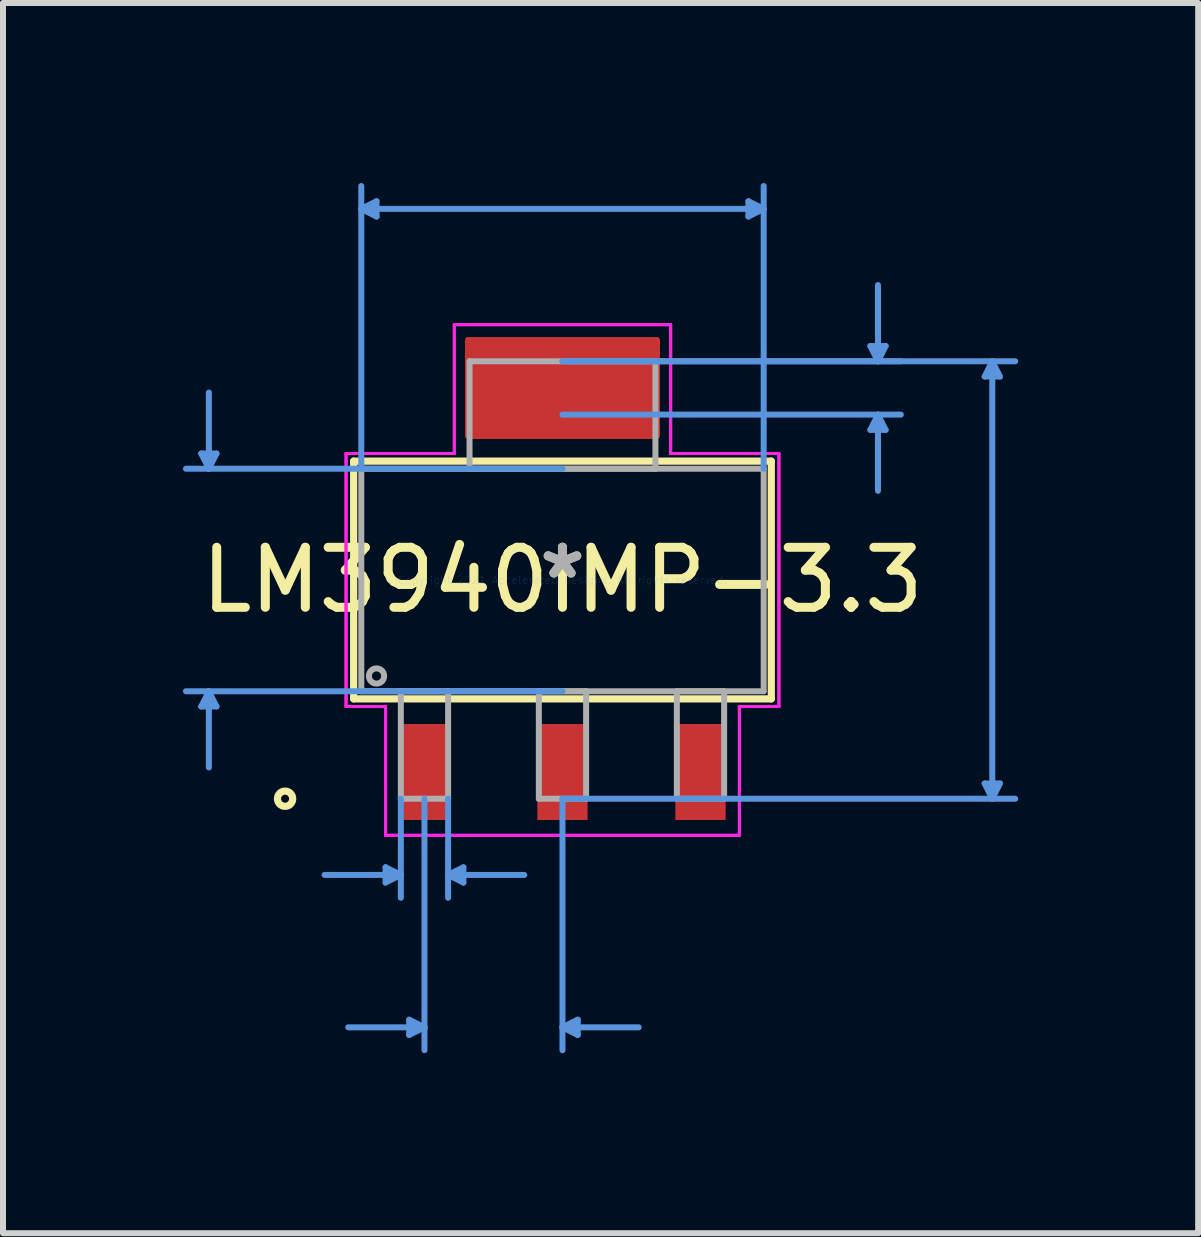
<source format=kicad_pcb>
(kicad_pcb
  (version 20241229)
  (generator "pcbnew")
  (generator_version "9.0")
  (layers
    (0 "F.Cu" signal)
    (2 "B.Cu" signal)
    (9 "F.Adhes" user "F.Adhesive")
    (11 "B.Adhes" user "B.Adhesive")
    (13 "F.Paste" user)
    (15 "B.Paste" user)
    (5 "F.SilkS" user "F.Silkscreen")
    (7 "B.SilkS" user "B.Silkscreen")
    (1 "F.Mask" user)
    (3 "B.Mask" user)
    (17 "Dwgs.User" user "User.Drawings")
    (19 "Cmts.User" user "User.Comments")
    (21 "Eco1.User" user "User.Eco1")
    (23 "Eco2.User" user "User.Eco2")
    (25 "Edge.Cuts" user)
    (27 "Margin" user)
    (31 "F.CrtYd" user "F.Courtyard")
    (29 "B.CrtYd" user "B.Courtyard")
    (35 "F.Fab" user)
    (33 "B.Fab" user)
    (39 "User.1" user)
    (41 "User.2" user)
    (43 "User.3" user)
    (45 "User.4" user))
  (footprint "LM3940IMP-3.3"
    (layer "F.Cu")
    (at 6.324 6.616)
    (property "Reference" "LM3940IMP-3.3" (at 0 0 0) (layer "F.SilkS") (effects (font (size 1 1) (thickness 0.15))))
    (attr through_hole)
    (fp_poly (pts (xy 1.575 -4) (xy -1.575 -4) (xy -1.575 -2.4) (xy 1.575 -2.4)) (stroke (width 0.1) (type solid)) (fill yes) (layer "F.Cu"))
    (fp_poly (pts (xy 1.6 -4.356) (xy -1.6 -4.356) (xy -1.6 -2.045) (xy 1.6 -2.045)) (stroke (width 0.1) (type solid)) (fill yes) (layer "F.Mask"))
    (fp_line (start -3.48 -1.981) (end -3.48 1.981) (stroke (width 0.12) (type solid)) (layer "F.SilkS"))
    (fp_line (start -3.48 1.981) (end 3.48 1.981) (stroke (width 0.12) (type solid)) (layer "F.SilkS"))
    (fp_line (start 3.48 -1.981) (end -3.48 -1.981) (stroke (width 0.12) (type solid)) (layer "F.SilkS"))
    (fp_line (start 3.48 1.981) (end 3.48 -1.981) (stroke (width 0.12) (type solid)) (layer "F.SilkS"))
    (fp_circle (center -4.623 3.645) (end -4.496 3.645) (stroke (width 0.12) (type solid)) (fill no) (layer "F.SilkS"))
    (fp_poly (pts (xy 1.575 -4) (xy -1.575 -4) (xy -1.575 -2.4) (xy 1.575 -2.4)) (stroke (width 0.1) (type solid)) (fill yes) (layer "F.Paste"))
    (fp_line (start -6.02 -2.108) (end -5.766 -2.108) (stroke (width 0.1) (type solid)) (layer "Cmts.User"))
    (fp_line (start -6.02 2.108) (end -5.766 2.108) (stroke (width 0.1) (type solid)) (layer "Cmts.User"))
    (fp_line (start -5.893 -1.854) (end -6.02 -2.108) (stroke (width 0.1) (type solid)) (layer "Cmts.User"))
    (fp_line (start -5.893 -1.854) (end -5.893 -3.124) (stroke (width 0.1) (type solid)) (layer "Cmts.User"))
    (fp_line (start -5.893 -1.854) (end -5.766 -2.108) (stroke (width 0.1) (type solid)) (layer "Cmts.User"))
    (fp_line (start -5.893 1.854) (end -6.02 2.108) (stroke (width 0.1) (type solid)) (layer "Cmts.User"))
    (fp_line (start -5.893 1.854) (end -5.893 3.124) (stroke (width 0.1) (type solid)) (layer "Cmts.User"))
    (fp_line (start -5.893 1.854) (end -5.766 2.108) (stroke (width 0.1) (type solid)) (layer "Cmts.User"))
    (fp_line (start -3.353 -6.185) (end -3.099 -6.312) (stroke (width 0.1) (type solid)) (layer "Cmts.User"))
    (fp_line (start -3.353 -6.185) (end -3.099 -6.058) (stroke (width 0.1) (type solid)) (layer "Cmts.User"))
    (fp_line (start -3.353 -6.185) (end 3.353 -6.185) (stroke (width 0.1) (type solid)) (layer "Cmts.User"))
    (fp_line (start -3.353 -1.854) (end -3.353 -6.566) (stroke (width 0.1) (type solid)) (layer "Cmts.User"))
    (fp_line (start -3.099 -6.312) (end -3.099 -6.058) (stroke (width 0.1) (type solid)) (layer "Cmts.User"))
    (fp_line (start -2.948 4.788) (end -2.948 5.042) (stroke (width 0.1) (type solid)) (layer "Cmts.User"))
    (fp_line (start -2.694 3.645) (end -2.694 5.296) (stroke (width 0.1) (type solid)) (layer "Cmts.User"))
    (fp_line (start -2.694 4.915) (end -3.964 4.915) (stroke (width 0.1) (type solid)) (layer "Cmts.User"))
    (fp_line (start -2.694 4.915) (end -2.948 4.788) (stroke (width 0.1) (type solid)) (layer "Cmts.User"))
    (fp_line (start -2.694 4.915) (end -2.948 5.042) (stroke (width 0.1) (type solid)) (layer "Cmts.User"))
    (fp_line (start -2.554 7.328) (end -2.554 7.582) (stroke (width 0.1) (type solid)) (layer "Cmts.User"))
    (fp_line (start -2.3 3.645) (end -2.3 7.836) (stroke (width 0.1) (type solid)) (layer "Cmts.User"))
    (fp_line (start -2.3 7.455) (end -3.57 7.455) (stroke (width 0.1) (type solid)) (layer "Cmts.User"))
    (fp_line (start -2.3 7.455) (end -2.554 7.328) (stroke (width 0.1) (type solid)) (layer "Cmts.User"))
    (fp_line (start -2.3 7.455) (end -2.554 7.582) (stroke (width 0.1) (type solid)) (layer "Cmts.User"))
    (fp_line (start -1.906 3.645) (end -1.906 5.296) (stroke (width 0.1) (type solid)) (layer "Cmts.User"))
    (fp_line (start -1.906 4.915) (end -1.652 4.788) (stroke (width 0.1) (type solid)) (layer "Cmts.User"))
    (fp_line (start -1.906 4.915) (end -1.652 5.042) (stroke (width 0.1) (type solid)) (layer "Cmts.User"))
    (fp_line (start -1.906 4.915) (end -0.636 4.915) (stroke (width 0.1) (type solid)) (layer "Cmts.User"))
    (fp_line (start -1.652 4.788) (end -1.652 5.042) (stroke (width 0.1) (type solid)) (layer "Cmts.User"))
    (fp_line (start 0 -3.645) (end 5.639 -3.645) (stroke (width 0.1) (type solid)) (layer "Cmts.User"))
    (fp_line (start 0 -3.645) (end 7.544 -3.645) (stroke (width 0.1) (type solid)) (layer "Cmts.User"))
    (fp_line (start 0 -2.756) (end 5.639 -2.756) (stroke (width 0.1) (type solid)) (layer "Cmts.User"))
    (fp_line (start 0 -1.854) (end -6.274 -1.854) (stroke (width 0.1) (type solid)) (layer "Cmts.User"))
    (fp_line (start 0 1.854) (end -6.274 1.854) (stroke (width 0.1) (type solid)) (layer "Cmts.User"))
    (fp_line (start 0 3.645) (end 0 7.836) (stroke (width 0.1) (type solid)) (layer "Cmts.User"))
    (fp_line (start 0 3.645) (end 7.544 3.645) (stroke (width 0.1) (type solid)) (layer "Cmts.User"))
    (fp_line (start 0 7.455) (end 0.254 7.328) (stroke (width 0.1) (type solid)) (layer "Cmts.User"))
    (fp_line (start 0 7.455) (end 0.254 7.582) (stroke (width 0.1) (type solid)) (layer "Cmts.User"))
    (fp_line (start 0 7.455) (end 1.27 7.455) (stroke (width 0.1) (type solid)) (layer "Cmts.User"))
    (fp_line (start 0.254 7.328) (end 0.254 7.582) (stroke (width 0.1) (type solid)) (layer "Cmts.User"))
    (fp_line (start 3.099 -6.312) (end 3.099 -6.058) (stroke (width 0.1) (type solid)) (layer "Cmts.User"))
    (fp_line (start 3.353 -6.185) (end 3.099 -6.312) (stroke (width 0.1) (type solid)) (layer "Cmts.User"))
    (fp_line (start 3.353 -6.185) (end 3.099 -6.058) (stroke (width 0.1) (type solid)) (layer "Cmts.User"))
    (fp_line (start 3.353 -1.854) (end 3.353 -6.566) (stroke (width 0.1) (type solid)) (layer "Cmts.User"))
    (fp_line (start 5.131 -3.899) (end 5.385 -3.899) (stroke (width 0.1) (type solid)) (layer "Cmts.User"))
    (fp_line (start 5.131 -2.502) (end 5.385 -2.502) (stroke (width 0.1) (type solid)) (layer "Cmts.User"))
    (fp_line (start 5.258 -3.645) (end 5.131 -3.899) (stroke (width 0.1) (type solid)) (layer "Cmts.User"))
    (fp_line (start 5.258 -3.645) (end 5.258 -4.915) (stroke (width 0.1) (type solid)) (layer "Cmts.User"))
    (fp_line (start 5.258 -3.645) (end 5.385 -3.899) (stroke (width 0.1) (type solid)) (layer "Cmts.User"))
    (fp_line (start 5.258 -2.756) (end 5.131 -2.502) (stroke (width 0.1) (type solid)) (layer "Cmts.User"))
    (fp_line (start 5.258 -2.756) (end 5.258 -1.486) (stroke (width 0.1) (type solid)) (layer "Cmts.User"))
    (fp_line (start 5.258 -2.756) (end 5.385 -2.502) (stroke (width 0.1) (type solid)) (layer "Cmts.User"))
    (fp_line (start 7.036 -3.391) (end 7.29 -3.391) (stroke (width 0.1) (type solid)) (layer "Cmts.User"))
    (fp_line (start 7.036 3.391) (end 7.29 3.391) (stroke (width 0.1) (type solid)) (layer "Cmts.User"))
    (fp_line (start 7.163 -3.645) (end 7.036 -3.391) (stroke (width 0.1) (type solid)) (layer "Cmts.User"))
    (fp_line (start 7.163 -3.645) (end 7.163 3.645) (stroke (width 0.1) (type solid)) (layer "Cmts.User"))
    (fp_line (start 7.163 -3.645) (end 7.29 -3.391) (stroke (width 0.1) (type solid)) (layer "Cmts.User"))
    (fp_line (start 7.163 3.645) (end 7.036 3.391) (stroke (width 0.1) (type solid)) (layer "Cmts.User"))
    (fp_line (start 7.163 3.645) (end 7.29 3.391) (stroke (width 0.1) (type solid)) (layer "Cmts.User"))
    (fp_line (start -3.607 -2.108) (end -1.803 -2.108) (stroke (width 0.05) (type solid)) (layer "F.CrtYd"))
    (fp_line (start -3.607 -2.108) (end -1.803 -2.108) (stroke (width 0.05) (type solid)) (layer "F.CrtYd"))
    (fp_line (start -3.607 2.108) (end -3.607 -2.108) (stroke (width 0.05) (type solid)) (layer "F.CrtYd"))
    (fp_line (start -3.607 2.108) (end -3.607 -2.108) (stroke (width 0.05) (type solid)) (layer "F.CrtYd"))
    (fp_line (start -2.948 2.108) (end -3.607 2.108) (stroke (width 0.05) (type solid)) (layer "F.CrtYd"))
    (fp_line (start -2.948 2.108) (end -3.607 2.108) (stroke (width 0.05) (type solid)) (layer "F.CrtYd"))
    (fp_line (start -2.948 4.255) (end -2.948 2.108) (stroke (width 0.05) (type solid)) (layer "F.CrtYd"))
    (fp_line (start -2.948 4.255) (end -2.948 2.108) (stroke (width 0.05) (type solid)) (layer "F.CrtYd"))
    (fp_line (start -1.803 -4.255) (end 1.803 -4.255) (stroke (width 0.05) (type solid)) (layer "F.CrtYd"))
    (fp_line (start -1.803 -4.255) (end 1.803 -4.255) (stroke (width 0.05) (type solid)) (layer "F.CrtYd"))
    (fp_line (start -1.803 -2.108) (end -1.803 -4.255) (stroke (width 0.05) (type solid)) (layer "F.CrtYd"))
    (fp_line (start -1.803 -2.108) (end -1.803 -4.255) (stroke (width 0.05) (type solid)) (layer "F.CrtYd"))
    (fp_line (start 1.803 -4.255) (end 1.803 -2.108) (stroke (width 0.05) (type solid)) (layer "F.CrtYd"))
    (fp_line (start 1.803 -4.255) (end 1.803 -2.108) (stroke (width 0.05) (type solid)) (layer "F.CrtYd"))
    (fp_line (start 1.803 -2.108) (end 3.607 -2.108) (stroke (width 0.05) (type solid)) (layer "F.CrtYd"))
    (fp_line (start 1.803 -2.108) (end 3.607 -2.108) (stroke (width 0.05) (type solid)) (layer "F.CrtYd"))
    (fp_line (start 2.948 2.108) (end 2.948 4.255) (stroke (width 0.05) (type solid)) (layer "F.CrtYd"))
    (fp_line (start 2.948 2.108) (end 2.948 4.255) (stroke (width 0.05) (type solid)) (layer "F.CrtYd"))
    (fp_line (start 2.948 4.255) (end -2.948 4.255) (stroke (width 0.05) (type solid)) (layer "F.CrtYd"))
    (fp_line (start 2.948 4.255) (end -2.948 4.255) (stroke (width 0.05) (type solid)) (layer "F.CrtYd"))
    (fp_line (start 3.607 -2.108) (end 3.607 2.108) (stroke (width 0.05) (type solid)) (layer "F.CrtYd"))
    (fp_line (start 3.607 -2.108) (end 3.607 2.108) (stroke (width 0.05) (type solid)) (layer "F.CrtYd"))
    (fp_line (start 3.607 2.108) (end 2.948 2.108) (stroke (width 0.05) (type solid)) (layer "F.CrtYd"))
    (fp_line (start 3.607 2.108) (end 2.948 2.108) (stroke (width 0.05) (type solid)) (layer "F.CrtYd"))
    (fp_line (start -3.353 -1.854) (end -3.353 1.854) (stroke (width 0.1) (type solid)) (layer "F.Fab"))
    (fp_line (start -3.353 1.854) (end 3.353 1.854) (stroke (width 0.1) (type solid)) (layer "F.Fab"))
    (fp_line (start -2.694 1.854) (end -2.694 3.645) (stroke (width 0.1) (type solid)) (layer "F.Fab"))
    (fp_line (start -2.694 3.645) (end -1.906 3.645) (stroke (width 0.1) (type solid)) (layer "F.Fab"))
    (fp_line (start -1.906 1.854) (end -2.694 1.854) (stroke (width 0.1) (type solid)) (layer "F.Fab"))
    (fp_line (start -1.906 3.645) (end -1.906 1.854) (stroke (width 0.1) (type solid)) (layer "F.Fab"))
    (fp_line (start -1.549 -3.645) (end -1.549 -1.854) (stroke (width 0.1) (type solid)) (layer "F.Fab"))
    (fp_line (start -1.549 -1.854) (end 1.549 -1.854) (stroke (width 0.1) (type solid)) (layer "F.Fab"))
    (fp_line (start -0.394 1.854) (end -0.394 3.645) (stroke (width 0.1) (type solid)) (layer "F.Fab"))
    (fp_line (start -0.394 3.645) (end 0.394 3.645) (stroke (width 0.1) (type solid)) (layer "F.Fab"))
    (fp_line (start 0.394 1.854) (end -0.394 1.854) (stroke (width 0.1) (type solid)) (layer "F.Fab"))
    (fp_line (start 0.394 3.645) (end 0.394 1.854) (stroke (width 0.1) (type solid)) (layer "F.Fab"))
    (fp_line (start 1.549 -3.645) (end -1.549 -3.645) (stroke (width 0.1) (type solid)) (layer "F.Fab"))
    (fp_line (start 1.549 -1.854) (end 1.549 -3.645) (stroke (width 0.1) (type solid)) (layer "F.Fab"))
    (fp_line (start 1.906 1.854) (end 1.906 3.645) (stroke (width 0.1) (type solid)) (layer "F.Fab"))
    (fp_line (start 1.906 3.645) (end 2.694 3.645) (stroke (width 0.1) (type solid)) (layer "F.Fab"))
    (fp_line (start 2.694 1.854) (end 1.906 1.854) (stroke (width 0.1) (type solid)) (layer "F.Fab"))
    (fp_line (start 2.694 3.645) (end 2.694 1.854) (stroke (width 0.1) (type solid)) (layer "F.Fab"))
    (fp_line (start 3.353 -1.854) (end -3.353 -1.854) (stroke (width 0.1) (type solid)) (layer "F.Fab"))
    (fp_line (start 3.353 1.854) (end 3.353 -1.854) (stroke (width 0.1) (type solid)) (layer "F.Fab"))
    (fp_circle (center -3.099 1.6) (end -2.972 1.6) (stroke (width 0.1) (type solid)) (fill no) (layer "F.Fab"))
    (fp_text user "*" (at 0 0 0) (layer "F.SilkS") (effects (font (size 1 1) (thickness 0.15))))
    (fp_text user "Copyright 2021 Accelerated Designs. All rights reserved." (at 0 0 0) (layer "Cmts.User") (effects (font (size 0.127 0.127) (thickness 0.002))))
    (fp_text user "*" (at 0 0 0) (layer "F.Fab") (effects (font (size 1 1) (thickness 0.15))))
    (pad "1" smd rect (at -2.3 3.2) (size 0.838 1.6) (layers "F.Cu" "F.Mask" "F.Paste"))
    (pad "2" smd rect (at 0 3.2) (size 0.838 1.6) (layers "F.Cu" "F.Mask" "F.Paste"))
    (pad "3" smd rect (at 2.3 3.2) (size 0.838 1.6) (layers "F.Cu" "F.Mask" "F.Paste")))
  (gr_rect
    (start -3 -3)
    (end 16.918 17.502)
    (stroke (width 0.1) (type default))
    (fill no)
    (layer "Edge.Cuts")))
</source>
